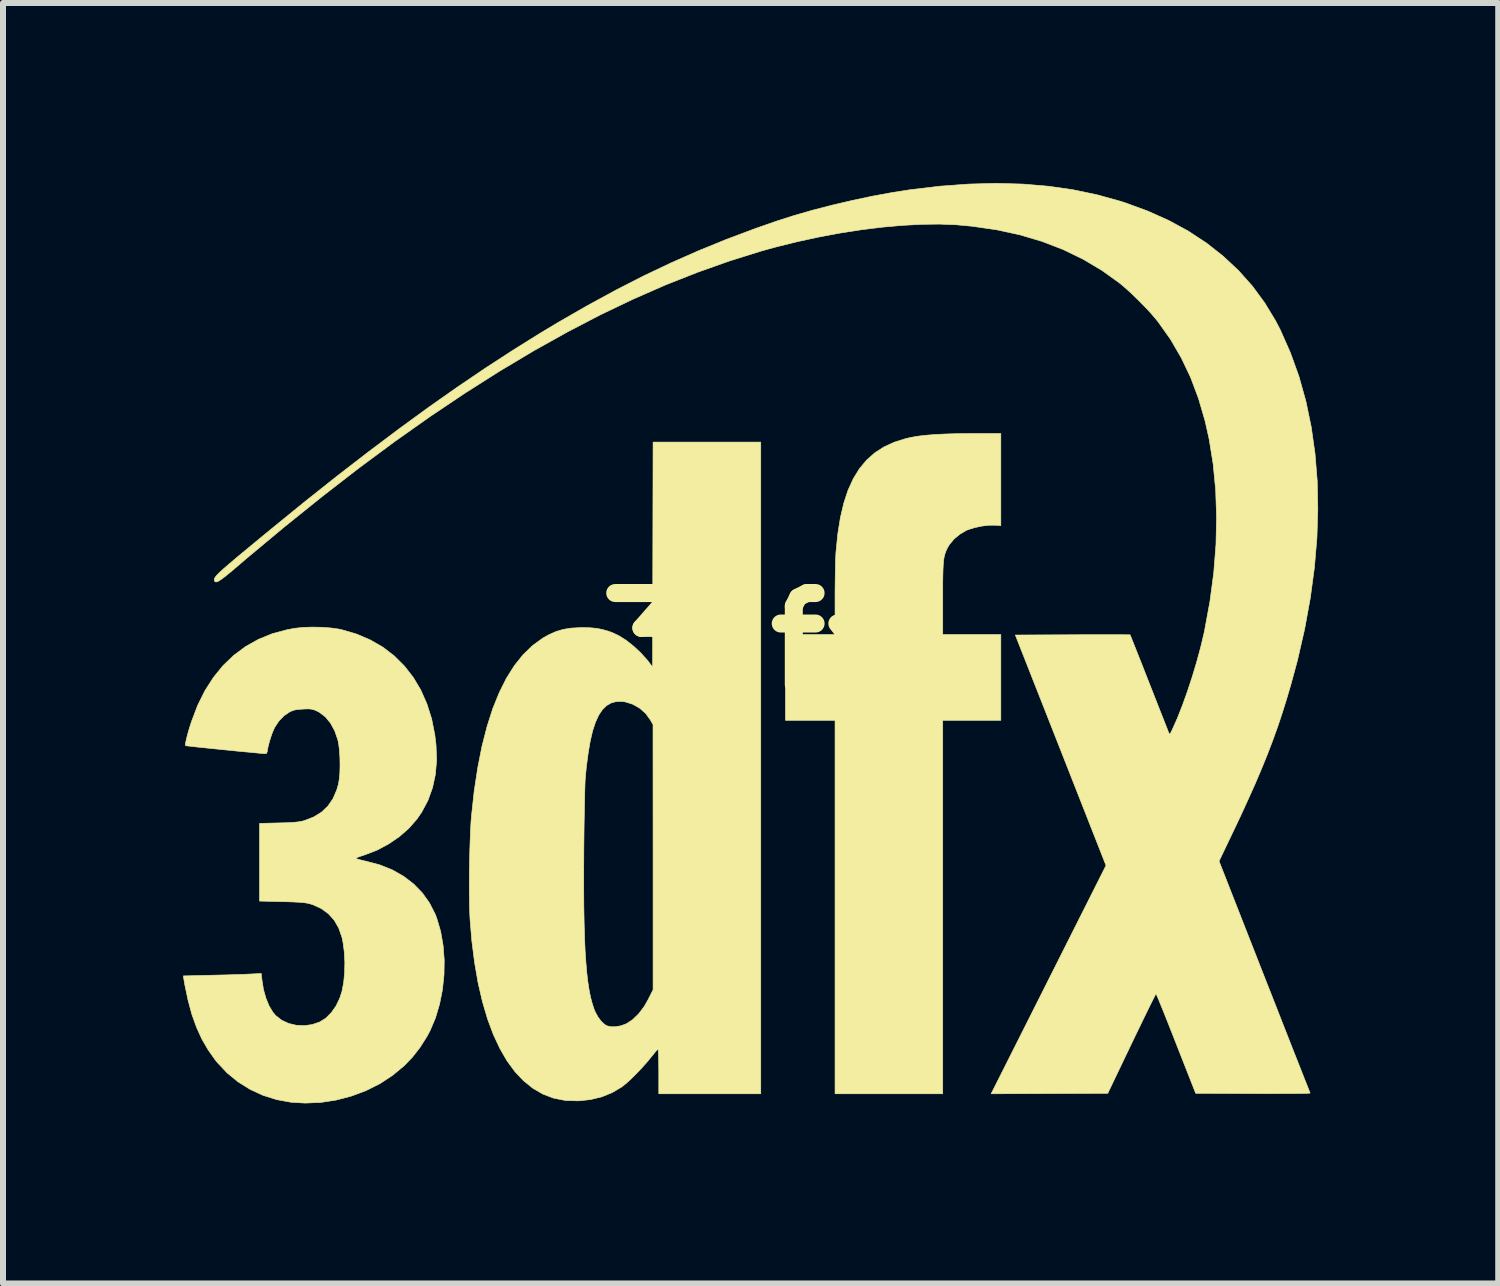
<source format=kicad_pcb>
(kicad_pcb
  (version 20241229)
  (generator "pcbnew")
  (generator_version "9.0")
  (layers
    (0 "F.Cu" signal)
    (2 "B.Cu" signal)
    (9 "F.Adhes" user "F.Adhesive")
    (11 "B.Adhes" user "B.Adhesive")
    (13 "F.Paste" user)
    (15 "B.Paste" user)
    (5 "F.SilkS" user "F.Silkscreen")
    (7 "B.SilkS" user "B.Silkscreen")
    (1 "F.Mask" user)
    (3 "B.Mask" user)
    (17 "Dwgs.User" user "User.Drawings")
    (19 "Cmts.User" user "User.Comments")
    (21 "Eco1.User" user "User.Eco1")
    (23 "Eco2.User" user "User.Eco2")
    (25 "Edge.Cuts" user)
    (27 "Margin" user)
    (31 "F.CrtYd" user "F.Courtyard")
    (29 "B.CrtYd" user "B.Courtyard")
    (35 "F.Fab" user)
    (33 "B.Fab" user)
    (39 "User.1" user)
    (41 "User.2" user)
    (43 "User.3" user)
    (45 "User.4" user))
  (footprint "3dfx"
    (layer "F.Cu")
    (at 9.451 7.666)
    (property "Reference" "3dfx" (at 0 0 0) (layer "F.SilkS") (effects (font (size 1.524 1.524) (thickness 0.3))))
    (attr through_hole)
    (fp_poly (pts (xy 4.175 -1.959) (xy 4.076 -1.965) (xy 3.97 -1.964) (xy 3.851 -1.949) (xy 3.732 -1.923) (xy 3.626 -1.889) (xy 3.596 -1.876) (xy 3.49 -1.813) (xy 3.395 -1.734) (xy 3.32 -1.644) (xy 3.297 -1.607) (xy 3.275 -1.565) (xy 3.257 -1.524) (xy 3.243 -1.483) (xy 3.231 -1.436) (xy 3.222 -1.38) (xy 3.216 -1.312) (xy 3.212 -1.229) (xy 3.209 -1.126) (xy 3.207 -1.001) (xy 3.207 -0.849) (xy 3.207 -0.743) (xy 3.207 -0.143) (xy 4.175 -0.143) (xy 4.175 1.286) (xy 3.207 1.286) (xy 3.207 7.509) (xy 1.413 7.509) (xy 1.413 1.286) (xy 0.587 1.286) (xy 0.587 -0.143) (xy 1.413 -0.143) (xy 1.413 -0.726) (xy 1.413 -0.87) (xy 1.415 -1.014) (xy 1.417 -1.152) (xy 1.419 -1.279) (xy 1.422 -1.389) (xy 1.426 -1.476) (xy 1.429 -1.524) (xy 1.459 -1.822) (xy 1.502 -2.091) (xy 1.559 -2.333) (xy 1.63 -2.549) (xy 1.717 -2.74) (xy 1.82 -2.907) (xy 1.939 -3.05) (xy 2.076 -3.171) (xy 2.23 -3.27) (xy 2.403 -3.349) (xy 2.595 -3.409) (xy 2.679 -3.428) (xy 2.791 -3.448) (xy 2.92 -3.463) (xy 3.069 -3.475) (xy 3.24 -3.484) (xy 3.437 -3.49) (xy 3.661 -3.492) (xy 3.735 -3.492) (xy 4.175 -3.493) (xy 4.175 -1.959)) (stroke (width 0.01) (type solid)) (fill yes) (layer "F.SilkS"))
    (fp_poly (pts (xy 0.175 -3.35) (xy 0.175 7.509) (xy -1.524 7.509) (xy -1.524 7.134) (xy -1.525 7.029) (xy -1.526 6.935) (xy -1.529 6.858) (xy -1.532 6.802) (xy -1.535 6.771) (xy -1.538 6.765) (xy -1.553 6.779) (xy -1.583 6.813) (xy -1.622 6.861) (xy -1.652 6.898) (xy -1.728 6.99) (xy -1.814 7.086) (xy -1.904 7.18) (xy -1.992 7.267) (xy -2.072 7.34) (xy -2.138 7.392) (xy -2.298 7.488) (xy -2.475 7.56) (xy -2.665 7.606) (xy -2.864 7.627) (xy -3.067 7.621) (xy -3.092 7.618) (xy -3.279 7.581) (xy -3.455 7.514) (xy -3.621 7.418) (xy -3.776 7.293) (xy -3.92 7.141) (xy -4.053 6.96) (xy -4.173 6.752) (xy -4.282 6.518) (xy -4.379 6.257) (xy -4.463 5.971) (xy -4.535 5.659) (xy -4.593 5.323) (xy -4.639 4.962) (xy -4.668 4.615) (xy -4.674 4.499) (xy -4.678 4.357) (xy -4.68 4.196) (xy -4.681 4.098) (xy -2.775 4.098) (xy -2.773 4.392) (xy -2.768 4.66) (xy -2.761 4.901) (xy -2.752 5.119) (xy -2.739 5.314) (xy -2.724 5.489) (xy -2.706 5.643) (xy -2.685 5.78) (xy -2.661 5.9) (xy -2.633 6.005) (xy -2.603 6.097) (xy -2.581 6.149) (xy -2.537 6.23) (xy -2.482 6.302) (xy -2.424 6.356) (xy -2.389 6.376) (xy -2.324 6.392) (xy -2.243 6.392) (xy -2.155 6.376) (xy -2.073 6.346) (xy -2.063 6.342) (xy -1.957 6.272) (xy -1.857 6.174) (xy -1.765 6.052) (xy -1.7 5.937) (xy -1.619 5.776) (xy -1.619 3.566) (xy -1.62 1.357) (xy -1.665 1.278) (xy -1.743 1.171) (xy -1.842 1.084) (xy -1.956 1.019) (xy -2.079 0.98) (xy -2.137 0.972) (xy -2.233 0.974) (xy -2.319 0.997) (xy -2.396 1.042) (xy -2.465 1.11) (xy -2.526 1.202) (xy -2.58 1.32) (xy -2.627 1.463) (xy -2.667 1.635) (xy -2.701 1.835) (xy -2.731 2.064) (xy -2.747 2.23) (xy -2.751 2.281) (xy -2.754 2.359) (xy -2.757 2.462) (xy -2.76 2.587) (xy -2.763 2.731) (xy -2.766 2.888) (xy -2.769 3.058) (xy -2.771 3.235) (xy -2.773 3.416) (xy -2.773 3.421) (xy -2.775 3.774) (xy -2.775 4.098) (xy -4.681 4.098) (xy -4.681 4.02) (xy -4.68 3.835) (xy -4.677 3.647) (xy -4.673 3.462) (xy -4.667 3.285) (xy -4.661 3.123) (xy -4.653 2.981) (xy -4.644 2.873) (xy -4.599 2.459) (xy -4.54 2.074) (xy -4.47 1.718) (xy -4.386 1.391) (xy -4.291 1.093) (xy -4.182 0.824) (xy -4.062 0.584) (xy -3.929 0.373) (xy -3.783 0.191) (xy -3.625 0.039) (xy -3.455 -0.085) (xy -3.352 -0.142) (xy -3.234 -0.194) (xy -3.115 -0.229) (xy -2.985 -0.25) (xy -2.837 -0.258) (xy -2.802 -0.259) (xy -2.67 -0.256) (xy -2.559 -0.246) (xy -2.455 -0.225) (xy -2.348 -0.193) (xy -2.298 -0.175) (xy -2.185 -0.121) (xy -2.065 -0.045) (xy -1.944 0.051) (xy -1.827 0.16) (xy -1.721 0.277) (xy -1.689 0.318) (xy -1.627 0.399) (xy -1.619 -3.35) (xy -0.722 -3.35) (xy 0.175 -3.35)) (stroke (width 0.01) (type solid)) (fill yes) (layer "F.SilkS"))
    (fp_poly (pts (xy -7.144 -0.264) (xy -6.994 -0.253) (xy -6.861 -0.235) (xy -6.81 -0.224) (xy -6.562 -0.152) (xy -6.333 -0.054) (xy -6.122 0.067) (xy -5.932 0.213) (xy -5.763 0.381) (xy -5.615 0.571) (xy -5.49 0.781) (xy -5.388 1.012) (xy -5.309 1.261) (xy -5.256 1.528) (xy -5.236 1.695) (xy -5.226 1.946) (xy -5.246 2.185) (xy -5.294 2.409) (xy -5.37 2.62) (xy -5.475 2.817) (xy -5.555 2.933) (xy -5.689 3.086) (xy -5.848 3.225) (xy -6.027 3.347) (xy -6.22 3.45) (xy -6.424 3.528) (xy -6.441 3.534) (xy -6.5 3.553) (xy -6.545 3.57) (xy -6.57 3.583) (xy -6.572 3.586) (xy -6.558 3.594) (xy -6.518 3.606) (xy -6.46 3.621) (xy -6.402 3.634) (xy -6.172 3.695) (xy -5.963 3.779) (xy -5.775 3.886) (xy -5.608 4.014) (xy -5.464 4.162) (xy -5.345 4.329) (xy -5.25 4.515) (xy -5.224 4.583) (xy -5.159 4.803) (xy -5.118 5.037) (xy -5.099 5.281) (xy -5.103 5.529) (xy -5.129 5.776) (xy -5.177 6.016) (xy -5.245 6.245) (xy -5.335 6.457) (xy -5.385 6.551) (xy -5.502 6.736) (xy -5.629 6.899) (xy -5.767 7.042) (xy -5.96 7.202) (xy -6.172 7.341) (xy -6.402 7.456) (xy -6.645 7.547) (xy -6.897 7.613) (xy -7.155 7.653) (xy -7.415 7.664) (xy -7.652 7.65) (xy -7.889 7.607) (xy -8.118 7.535) (xy -8.333 7.436) (xy -8.535 7.31) (xy -8.718 7.16) (xy -8.881 6.986) (xy -8.913 6.947) (xy -9.033 6.777) (xy -9.138 6.596) (xy -9.227 6.4) (xy -9.304 6.185) (xy -9.368 5.948) (xy -9.423 5.686) (xy -9.437 5.602) (xy -9.446 5.545) (xy -8.982 5.534) (xy -8.852 5.531) (xy -8.722 5.528) (xy -8.599 5.524) (xy -8.489 5.521) (xy -8.398 5.517) (xy -8.333 5.514) (xy -8.332 5.514) (xy -8.148 5.505) (xy -8.136 5.614) (xy -8.111 5.772) (xy -8.07 5.917) (xy -8.017 6.046) (xy -7.953 6.152) (xy -7.906 6.207) (xy -7.808 6.283) (xy -7.693 6.337) (xy -7.566 6.367) (xy -7.433 6.374) (xy -7.3 6.356) (xy -7.172 6.312) (xy -7.167 6.309) (xy -7.069 6.247) (xy -6.98 6.157) (xy -6.902 6.046) (xy -6.84 5.917) (xy -6.803 5.803) (xy -6.775 5.657) (xy -6.759 5.492) (xy -6.755 5.319) (xy -6.764 5.147) (xy -6.785 4.988) (xy -6.803 4.902) (xy -6.857 4.747) (xy -6.933 4.615) (xy -7.031 4.507) (xy -7.15 4.421) (xy -7.292 4.357) (xy -7.342 4.342) (xy -7.386 4.332) (xy -7.441 4.324) (xy -7.514 4.318) (xy -7.607 4.313) (xy -7.725 4.309) (xy -7.807 4.307) (xy -8.176 4.298) (xy -8.176 3.004) (xy -7.854 2.996) (xy -7.735 2.993) (xy -7.643 2.989) (xy -7.571 2.983) (xy -7.514 2.976) (xy -7.466 2.967) (xy -7.426 2.956) (xy -7.272 2.896) (xy -7.143 2.816) (xy -7.037 2.715) (xy -6.952 2.591) (xy -6.889 2.444) (xy -6.863 2.356) (xy -6.848 2.269) (xy -6.838 2.16) (xy -6.835 2.039) (xy -6.837 1.913) (xy -6.844 1.792) (xy -6.857 1.686) (xy -6.871 1.614) (xy -6.924 1.461) (xy -6.994 1.332) (xy -7.079 1.229) (xy -7.179 1.153) (xy -7.221 1.131) (xy -7.266 1.112) (xy -7.306 1.101) (xy -7.352 1.096) (xy -7.415 1.097) (xy -7.451 1.099) (xy -7.532 1.104) (xy -7.592 1.114) (xy -7.642 1.131) (xy -7.676 1.147) (xy -7.769 1.21) (xy -7.853 1.297) (xy -7.922 1.401) (xy -7.938 1.434) (xy -7.963 1.493) (xy -7.989 1.567) (xy -8.013 1.645) (xy -8.032 1.718) (xy -8.045 1.779) (xy -8.049 1.812) (xy -8.061 1.837) (xy -8.08 1.841) (xy -8.107 1.84) (xy -8.159 1.836) (xy -8.234 1.829) (xy -8.327 1.82) (xy -8.434 1.81) (xy -8.551 1.799) (xy -8.675 1.786) (xy -8.801 1.774) (xy -8.925 1.761) (xy -9.043 1.749) (xy -9.151 1.738) (xy -9.246 1.728) (xy -9.322 1.719) (xy -9.377 1.713) (xy -9.406 1.709) (xy -9.41 1.708) (xy -9.412 1.687) (xy -9.404 1.64) (xy -9.388 1.572) (xy -9.366 1.487) (xy -9.337 1.39) (xy -9.31 1.307) (xy -9.208 1.038) (xy -9.086 0.792) (xy -8.944 0.571) (xy -8.784 0.374) (xy -8.604 0.202) (xy -8.407 0.056) (xy -8.193 -0.064) (xy -7.962 -0.158) (xy -7.714 -0.224) (xy -7.581 -0.248) (xy -7.448 -0.262) (xy -7.298 -0.267) (xy -7.144 -0.264)) (stroke (width 0.01) (type solid)) (fill yes) (layer "F.SilkS"))
    (fp_poly (pts (xy 4.541 -7.649) (xy 4.968 -7.613) (xy 5.38 -7.554) (xy 5.781 -7.47) (xy 6.17 -7.362) (xy 6.25 -7.336) (xy 6.622 -7.2) (xy 6.972 -7.043) (xy 7.298 -6.866) (xy 7.601 -6.667) (xy 7.879 -6.448) (xy 8.134 -6.21) (xy 8.365 -5.951) (xy 8.57 -5.673) (xy 8.751 -5.375) (xy 8.834 -5.215) (xy 9.001 -4.837) (xy 9.143 -4.442) (xy 9.258 -4.031) (xy 9.347 -3.603) (xy 9.41 -3.161) (xy 9.447 -2.705) (xy 9.457 -2.235) (xy 9.442 -1.753) (xy 9.4 -1.259) (xy 9.332 -0.754) (xy 9.238 -0.238) (xy 9.118 0.286) (xy 9.008 0.691) (xy 8.936 0.935) (xy 8.863 1.168) (xy 8.787 1.396) (xy 8.706 1.621) (xy 8.619 1.849) (xy 8.524 2.083) (xy 8.42 2.328) (xy 8.304 2.587) (xy 8.176 2.867) (xy 8.049 3.135) (xy 7.811 3.633) (xy 8.566 5.559) (xy 8.659 5.795) (xy 8.749 6.024) (xy 8.834 6.242) (xy 8.915 6.448) (xy 8.991 6.642) (xy 9.061 6.82) (xy 9.125 6.981) (xy 9.181 7.123) (xy 9.229 7.246) (xy 9.269 7.346) (xy 9.299 7.422) (xy 9.319 7.473) (xy 9.328 7.496) (xy 9.329 7.497) (xy 9.315 7.499) (xy 9.272 7.501) (xy 9.202 7.503) (xy 9.109 7.504) (xy 8.995 7.505) (xy 8.863 7.505) (xy 8.716 7.506) (xy 8.555 7.506) (xy 8.385 7.505) (xy 8.379 7.505) (xy 7.422 7.501) (xy 7.096 6.672) (xy 7.036 6.518) (xy 6.979 6.374) (xy 6.926 6.241) (xy 6.879 6.123) (xy 6.838 6.023) (xy 6.805 5.941) (xy 6.78 5.883) (xy 6.765 5.849) (xy 6.761 5.842) (xy 6.753 5.856) (xy 6.732 5.896) (xy 6.7 5.96) (xy 6.658 6.044) (xy 6.607 6.148) (xy 6.549 6.267) (xy 6.485 6.4) (xy 6.415 6.544) (xy 6.354 6.671) (xy 5.957 7.501) (xy 4.014 7.509) (xy 4.971 5.607) (xy 5.928 3.705) (xy 5.173 1.785) (xy 4.417 -0.135) (xy 5.37 -0.139) (xy 5.541 -0.14) (xy 5.702 -0.14) (xy 5.851 -0.14) (xy 5.985 -0.14) (xy 6.101 -0.14) (xy 6.196 -0.14) (xy 6.267 -0.139) (xy 6.313 -0.139) (xy 6.329 -0.138) (xy 6.335 -0.122) (xy 6.353 -0.08) (xy 6.379 -0.014) (xy 6.414 0.074) (xy 6.456 0.18) (xy 6.505 0.303) (xy 6.558 0.438) (xy 6.615 0.584) (xy 6.645 0.66) (xy 6.705 0.812) (xy 6.761 0.955) (xy 6.813 1.088) (xy 6.86 1.206) (xy 6.9 1.308) (xy 6.933 1.391) (xy 6.956 1.451) (xy 6.97 1.486) (xy 6.973 1.492) (xy 6.982 1.512) (xy 6.991 1.515) (xy 7.004 1.497) (xy 7.025 1.456) (xy 7.034 1.437) (xy 7.118 1.248) (xy 7.202 1.034) (xy 7.285 0.803) (xy 7.365 0.56) (xy 7.439 0.313) (xy 7.505 0.069) (xy 7.561 -0.165) (xy 7.571 -0.214) (xy 7.66 -0.697) (xy 7.723 -1.173) (xy 7.76 -1.642) (xy 7.77 -2.102) (xy 7.755 -2.55) (xy 7.713 -2.985) (xy 7.645 -3.406) (xy 7.578 -3.704) (xy 7.47 -4.074) (xy 7.339 -4.424) (xy 7.183 -4.752) (xy 7.004 -5.06) (xy 6.8 -5.348) (xy 6.754 -5.405) (xy 6.673 -5.5) (xy 6.574 -5.606) (xy 6.465 -5.716) (xy 6.354 -5.824) (xy 6.247 -5.921) (xy 6.153 -6) (xy 5.859 -6.211) (xy 5.546 -6.397) (xy 5.214 -6.558) (xy 4.864 -6.693) (xy 4.494 -6.803) (xy 4.106 -6.887) (xy 3.7 -6.946) (xy 3.429 -6.971) (xy 3.154 -6.982) (xy 2.855 -6.978) (xy 2.536 -6.961) (xy 2.2 -6.931) (xy 1.853 -6.888) (xy 1.498 -6.833) (xy 1.139 -6.766) (xy 0.78 -6.688) (xy 0.425 -6.6) (xy 0.183 -6.533) (xy -0.345 -6.368) (xy -0.876 -6.18) (xy -1.411 -5.969) (xy -1.951 -5.732) (xy -2.497 -5.471) (xy -3.048 -5.184) (xy -3.607 -4.872) (xy -4.173 -4.534) (xy -4.747 -4.17) (xy -5.33 -3.779) (xy -5.922 -3.361) (xy -6.524 -2.915) (xy -7.136 -2.441) (xy -7.76 -1.939) (xy -8.396 -1.409) (xy -8.543 -1.283) (xy -8.648 -1.194) (xy -8.732 -1.125) (xy -8.797 -1.075) (xy -8.846 -1.041) (xy -8.881 -1.023) (xy -8.905 -1.019) (xy -8.92 -1.026) (xy -8.927 -1.037) (xy -8.93 -1.05) (xy -8.931 -1.063) (xy -8.926 -1.079) (xy -8.915 -1.098) (xy -8.896 -1.123) (xy -8.867 -1.153) (xy -8.827 -1.192) (xy -8.775 -1.239) (xy -8.708 -1.297) (xy -8.625 -1.368) (xy -8.526 -1.452) (xy -8.407 -1.55) (xy -8.268 -1.665) (xy -8.107 -1.798) (xy -7.979 -1.903) (xy -7.424 -2.355) (xy -6.886 -2.782) (xy -6.364 -3.185) (xy -5.857 -3.566) (xy -5.365 -3.925) (xy -4.884 -4.263) (xy -4.415 -4.581) (xy -3.955 -4.88) (xy -3.505 -5.161) (xy -3.199 -5.345) (xy -2.713 -5.624) (xy -2.241 -5.881) (xy -1.778 -6.118) (xy -1.319 -6.336) (xy -0.859 -6.539) (xy -0.393 -6.729) (xy 0.085 -6.908) (xy 0.437 -7.031) (xy 0.727 -7.124) (xy 1.041 -7.214) (xy 1.37 -7.299) (xy 1.708 -7.378) (xy 2.044 -7.449) (xy 2.372 -7.509) (xy 2.667 -7.555) (xy 3.164 -7.614) (xy 3.641 -7.649) (xy 4.099 -7.661) (xy 4.541 -7.649)) (stroke (width 0.01) (type solid)) (fill yes) (layer "F.SilkS")))
  (gr_rect
    (start -3 -3)
    (end 21.914 18.336)
    (stroke (width 0.1) (type default))
    (fill no)
    (layer "Edge.Cuts")))
</source>
